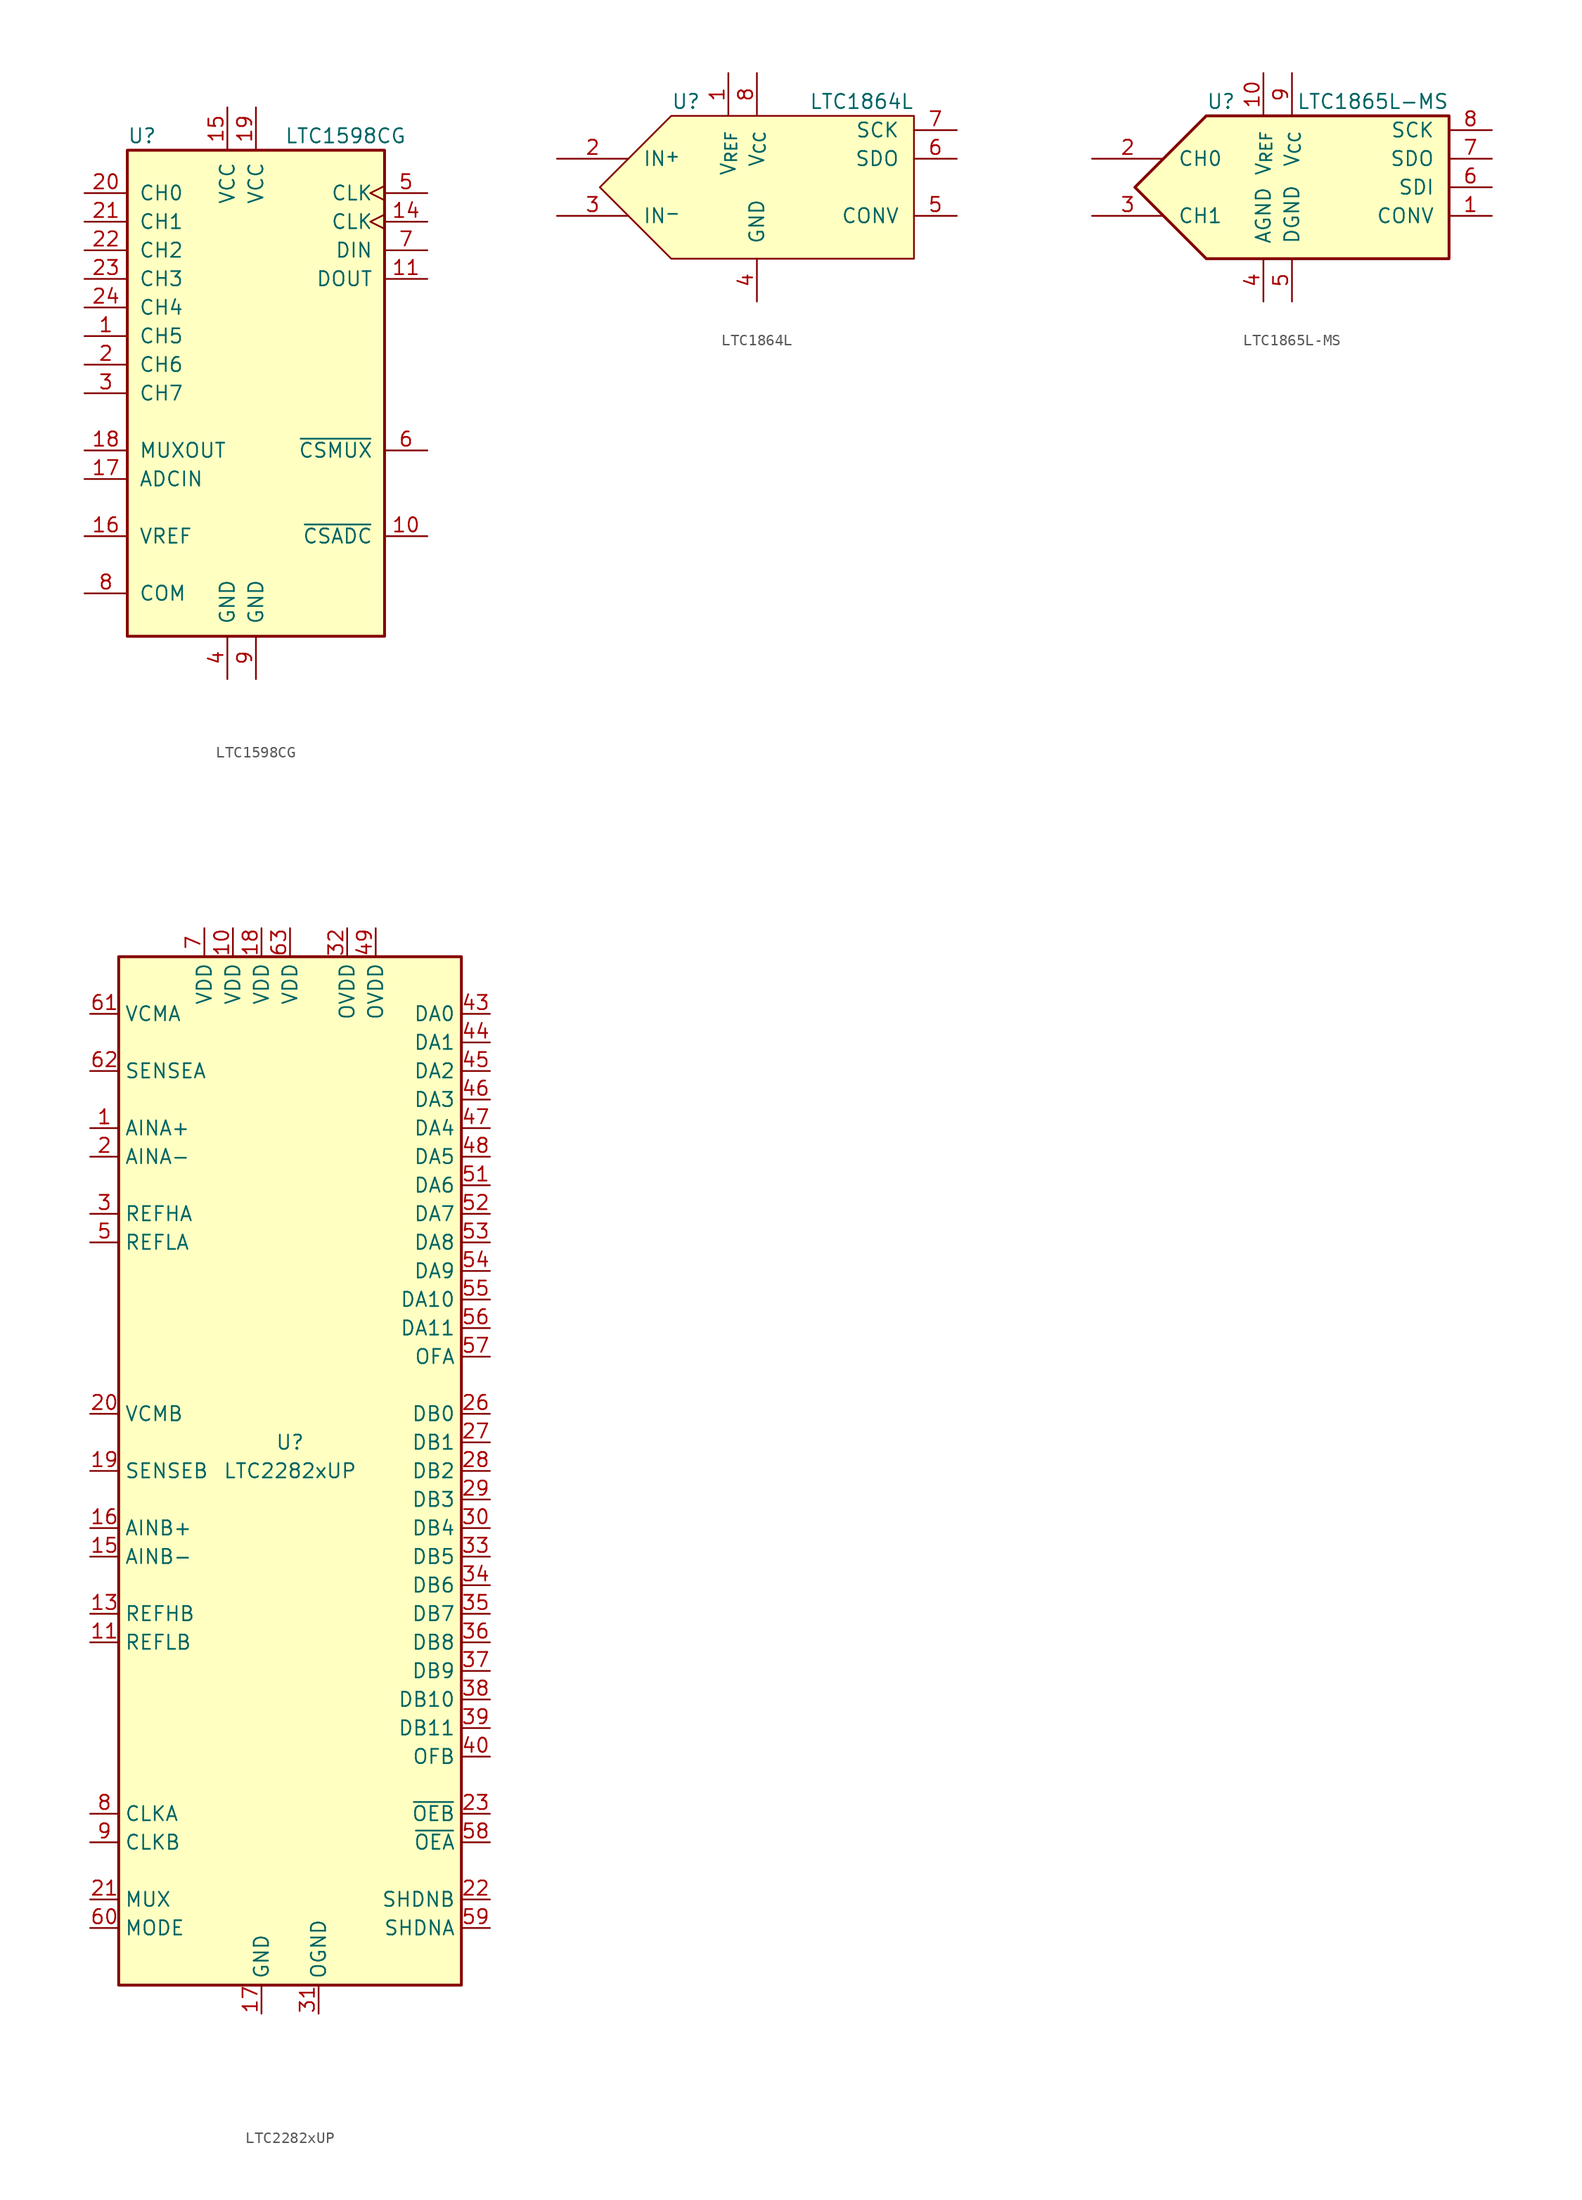
<source format=kicad_sym>
(kicad_symbol_lib
  (version 20220914)
  (generator kicad_symbol_editor)
  (symbol "LTC1598CG"
    (pin_names
      (offset 1.016))
    (property "Reference" "U"
      (at -11.43 22.86 0)
      (effects (font (size 1.27 1.27)) (justify left)))
    (property "Value" "LTC1598CG"
      (at 2.54 22.86 0)
      (effects (font (size 1.27 1.27)) (justify left)))
    (symbol "LTC1598CG_0_1"
      (rectangle (start -11.43 21.59) (end 11.43 -21.59) (stroke (width 0.254) (type default)) (fill (type background))))
    (symbol "LTC1598CG_1_1"
      (pin input line (at -15.24 5.08 0) (length 3.81) (name "CH5" (effects (font (size 1.27 1.27)))) (number "1" (effects (font (size 1.27 1.27)))))
      (pin input line (at 15.24 -12.7 180) (length 3.81) (name "~{CSADC}" (effects (font (size 1.27 1.27)))) (number "10" (effects (font (size 1.27 1.27)))))
      (pin output line (at 15.24 10.16 180) (length 3.81) (name "DOUT" (effects (font (size 1.27 1.27)))) (number "11" (effects (font (size 1.27 1.27)))))
      (pin no_connect line (at 2.54 -21.59 90) (length 3.81) hide (name "NC" (effects (font (size 1.27 1.27)))) (number "12" (effects (font (size 1.27 1.27)))))
      (pin no_connect line (at 5.08 -21.59 90) (length 3.81) hide (name "NC" (effects (font (size 1.27 1.27)))) (number "13" (effects (font (size 1.27 1.27)))))
      (pin input clock (at 15.24 15.24 180) (length 3.81) (name "CLK" (effects (font (size 1.27 1.27)))) (number "14" (effects (font (size 1.27 1.27)))))
      (pin power_in line (at -2.54 25.4 270) (length 3.81) (name "VCC" (effects (font (size 1.27 1.27)))) (number "15" (effects (font (size 1.27 1.27)))))
      (pin input line (at -15.24 -12.7 0) (length 3.81) (name "VREF" (effects (font (size 1.27 1.27)))) (number "16" (effects (font (size 1.27 1.27)))))
      (pin input line (at -15.24 -7.62 0) (length 3.81) (name "ADCIN" (effects (font (size 1.27 1.27)))) (number "17" (effects (font (size 1.27 1.27)))))
      (pin output line (at -15.24 -5.08 0) (length 3.81) (name "MUXOUT" (effects (font (size 1.27 1.27)))) (number "18" (effects (font (size 1.27 1.27)))))
      (pin power_in line (at 0 25.4 270) (length 3.81) (name "VCC" (effects (font (size 1.27 1.27)))) (number "19" (effects (font (size 1.27 1.27)))))
      (pin input line (at -15.24 2.54 0) (length 3.81) (name "CH6" (effects (font (size 1.27 1.27)))) (number "2" (effects (font (size 1.27 1.27)))))
      (pin input line (at -15.24 17.78 0) (length 3.81) (name "CH0" (effects (font (size 1.27 1.27)))) (number "20" (effects (font (size 1.27 1.27)))))
      (pin input line (at -15.24 15.24 0) (length 3.81) (name "CH1" (effects (font (size 1.27 1.27)))) (number "21" (effects (font (size 1.27 1.27)))))
      (pin input line (at -15.24 12.7 0) (length 3.81) (name "CH2" (effects (font (size 1.27 1.27)))) (number "22" (effects (font (size 1.27 1.27)))))
      (pin input line (at -15.24 10.16 0) (length 3.81) (name "CH3" (effects (font (size 1.27 1.27)))) (number "23" (effects (font (size 1.27 1.27)))))
      (pin input line (at -15.24 7.62 0) (length 3.81) (name "CH4" (effects (font (size 1.27 1.27)))) (number "24" (effects (font (size 1.27 1.27)))))
      (pin input line (at -15.24 0 0) (length 3.81) (name "CH7" (effects (font (size 1.27 1.27)))) (number "3" (effects (font (size 1.27 1.27)))))
      (pin power_in line (at -2.54 -25.4 90) (length 3.81) (name "GND" (effects (font (size 1.27 1.27)))) (number "4" (effects (font (size 1.27 1.27)))))
      (pin input clock (at 15.24 17.78 180) (length 3.81) (name "CLK" (effects (font (size 1.27 1.27)))) (number "5" (effects (font (size 1.27 1.27)))))
      (pin input line (at 15.24 -5.08 180) (length 3.81) (name "~{CSMUX}" (effects (font (size 1.27 1.27)))) (number "6" (effects (font (size 1.27 1.27)))))
      (pin input line (at 15.24 12.7 180) (length 3.81) (name "DIN" (effects (font (size 1.27 1.27)))) (number "7" (effects (font (size 1.27 1.27)))))
      (pin input line (at -15.24 -17.78 0) (length 3.81) (name "COM" (effects (font (size 1.27 1.27)))) (number "8" (effects (font (size 1.27 1.27)))))
      (pin power_in line (at 0 -25.4 90) (length 3.81) (name "GND" (effects (font (size 1.27 1.27)))) (number "9" (effects (font (size 1.27 1.27)))))))
  (symbol "LTC1864L"
    (pin_names
      (offset 1.27))
    (property "Reference" "U"
      (at -10.16 7.62 0)
      (effects (font (size 1.27 1.27)) (justify left)))
    (property "Value" "LTC1864L"
      (at 11.43 7.62 0)
      (effects (font (size 1.27 1.27)) (justify right)))
    (symbol "LTC1864L_0_1"
      (polyline (pts (xy 11.43 6.35) (xy -10.16 6.35) (xy -16.51 0) (xy -10.16 -6.35) (xy 11.43 -6.35) (xy 11.43 6.35)) (stroke (width 0) (type default)) (fill (type background))))
    (symbol "LTC1864L_1_1"
      (pin input line (at -5.08 10.16 270) (length 3.81) (name "V_{REF}" (effects (font (size 1.27 1.27)))) (number "1" (effects (font (size 1.27 1.27)))))
      (pin input line (at -20.32 2.54 0) (length 6.35) (name "IN^{+}" (effects (font (size 1.27 1.27)))) (number "2" (effects (font (size 1.27 1.27)))))
      (pin input line (at -20.32 -2.54 0) (length 6.35) (name "IN^{-}" (effects (font (size 1.27 1.27)))) (number "3" (effects (font (size 1.27 1.27)))))
      (pin power_in line (at -2.54 -10.16 90) (length 3.81) (name "GND" (effects (font (size 1.27 1.27)))) (number "4" (effects (font (size 1.27 1.27)))))
      (pin input line (at 15.24 -2.54 180) (length 3.81) (name "CONV" (effects (font (size 1.27 1.27)))) (number "5" (effects (font (size 1.27 1.27)))))
      (pin output line (at 15.24 2.54 180) (length 3.81) (name "SDO" (effects (font (size 1.27 1.27)))) (number "6" (effects (font (size 1.27 1.27)))))
      (pin input line (at 15.24 5.08 180) (length 3.81) (name "SCK" (effects (font (size 1.27 1.27)))) (number "7" (effects (font (size 1.27 1.27)))))
      (pin power_in line (at -2.54 10.16 270) (length 3.81) (name "V_{CC}" (effects (font (size 1.27 1.27)))) (number "8" (effects (font (size 1.27 1.27)))))))
  (symbol "LTC1865L-MS"
    (pin_names
      (offset 1.27))
    (property "Reference" "U"
      (at -10.16 7.62 0)
      (effects (font (size 1.27 1.27)) (justify left)))
    (property "Value" "LTC1865L-MS"
      (at 11.43 7.62 0)
      (effects (font (size 1.27 1.27)) (justify right)))
    (symbol "LTC1865L-MS_0_1"
      (polyline (pts (xy 11.43 6.35) (xy -10.16 6.35) (xy -16.51 0) (xy -10.16 -6.35) (xy 11.43 -6.35) (xy 11.43 6.35)) (stroke (width 0.254) (type default)) (fill (type background))))
    (symbol "LTC1865L-MS_1_1"
      (pin input line (at 15.24 -2.54 180) (length 3.81) (name "CONV" (effects (font (size 1.27 1.27)))) (number "1" (effects (font (size 1.27 1.27)))))
      (pin input line (at -5.08 10.16 270) (length 3.81) (name "V_{REF}" (effects (font (size 1.27 1.27)))) (number "10" (effects (font (size 1.27 1.27)))))
      (pin input line (at -20.32 2.54 0) (length 6.35) (name "CH0" (effects (font (size 1.27 1.27)))) (number "2" (effects (font (size 1.27 1.27)))))
      (pin input line (at -20.32 -2.54 0) (length 6.35) (name "CH1" (effects (font (size 1.27 1.27)))) (number "3" (effects (font (size 1.27 1.27)))))
      (pin power_in line (at -5.08 -10.16 90) (length 3.81) (name "AGND" (effects (font (size 1.27 1.27)))) (number "4" (effects (font (size 1.27 1.27)))))
      (pin power_in line (at -2.54 -10.16 90) (length 3.81) (name "DGND" (effects (font (size 1.27 1.27)))) (number "5" (effects (font (size 1.27 1.27)))))
      (pin input line (at 15.24 0 180) (length 3.81) (name "SDI" (effects (font (size 1.27 1.27)))) (number "6" (effects (font (size 1.27 1.27)))))
      (pin output line (at 15.24 2.54 180) (length 3.81) (name "SDO" (effects (font (size 1.27 1.27)))) (number "7" (effects (font (size 1.27 1.27)))))
      (pin input line (at 15.24 5.08 180) (length 3.81) (name "SCK" (effects (font (size 1.27 1.27)))) (number "8" (effects (font (size 1.27 1.27)))))
      (pin power_in line (at -2.54 10.16 270) (length 3.81) (name "V_{CC}" (effects (font (size 1.27 1.27)))) (number "9" (effects (font (size 1.27 1.27)))))))
  (symbol "LTC2282xUP"
    (property "Reference" "U"
      (at 0 2.54 0)
      (effects (font (size 1.27 1.27))))
    (property "Value" "LTC2282xUP"
      (at 0 0 0)
      (effects (font (size 1.27 1.27))))
    (symbol "LTC2282xUP_0_1"
      (rectangle (start -15.24 45.72) (end 15.24 -45.72) (stroke (width 0.254) (type default)) (fill (type background))))
    (symbol "LTC2282xUP_1_1"
      (pin input line (at -17.78 30.48 0) (length 2.54) (name "AINA+" (effects (font (size 1.27 1.27)))) (number "1" (effects (font (size 1.27 1.27)))))
      (pin power_in line (at -5.08 48.26 270) (length 2.54) (name "VDD" (effects (font (size 1.27 1.27)))) (number "10" (effects (font (size 1.27 1.27)))))
      (pin input line (at -17.78 -15.24 0) (length 2.54) (name "REFLB" (effects (font (size 1.27 1.27)))) (number "11" (effects (font (size 1.27 1.27)))))
      (pin input line (at -17.78 -15.24 0) (length 2.54) hide (name "REFLB" (effects (font (size 1.27 1.27)))) (number "12" (effects (font (size 1.27 1.27)))))
      (pin input line (at -17.78 -12.7 0) (length 2.54) (name "REFHB" (effects (font (size 1.27 1.27)))) (number "13" (effects (font (size 1.27 1.27)))))
      (pin input line (at -17.78 -12.7 0) (length 2.54) hide (name "REFHB" (effects (font (size 1.27 1.27)))) (number "14" (effects (font (size 1.27 1.27)))))
      (pin input line (at -17.78 -7.62 0) (length 2.54) (name "AINB-" (effects (font (size 1.27 1.27)))) (number "15" (effects (font (size 1.27 1.27)))))
      (pin input line (at -17.78 -5.08 0) (length 2.54) (name "AINB+" (effects (font (size 1.27 1.27)))) (number "16" (effects (font (size 1.27 1.27)))))
      (pin power_in line (at -2.54 -48.26 90) (length 2.54) (name "GND" (effects (font (size 1.27 1.27)))) (number "17" (effects (font (size 1.27 1.27)))))
      (pin power_in line (at -2.54 48.26 270) (length 2.54) (name "VDD" (effects (font (size 1.27 1.27)))) (number "18" (effects (font (size 1.27 1.27)))))
      (pin input line (at -17.78 0 0) (length 2.54) (name "SENSEB" (effects (font (size 1.27 1.27)))) (number "19" (effects (font (size 1.27 1.27)))))
      (pin input line (at -17.78 27.94 0) (length 2.54) (name "AINA-" (effects (font (size 1.27 1.27)))) (number "2" (effects (font (size 1.27 1.27)))))
      (pin passive line (at -17.78 5.08 0) (length 2.54) (name "VCMB" (effects (font (size 1.27 1.27)))) (number "20" (effects (font (size 1.27 1.27)))))
      (pin input line (at -17.78 -38.1 0) (length 2.54) (name "MUX" (effects (font (size 1.27 1.27)))) (number "21" (effects (font (size 1.27 1.27)))))
      (pin input line (at 17.78 -38.1 180) (length 2.54) (name "SHDNB" (effects (font (size 1.27 1.27)))) (number "22" (effects (font (size 1.27 1.27)))))
      (pin input line (at 17.78 -30.48 180) (length 2.54) (name "~{OEB}" (effects (font (size 1.27 1.27)))) (number "23" (effects (font (size 1.27 1.27)))))
      (pin no_connect line (at -15.24 -20.32 0) (length 2.54) hide (name "NC" (effects (font (size 1.27 1.27)))) (number "24" (effects (font (size 1.27 1.27)))))
      (pin no_connect line (at -15.24 -22.86 0) (length 2.54) hide (name "NC" (effects (font (size 1.27 1.27)))) (number "25" (effects (font (size 1.27 1.27)))))
      (pin output line (at 17.78 5.08 180) (length 2.54) (name "DB0" (effects (font (size 1.27 1.27)))) (number "26" (effects (font (size 1.27 1.27)))))
      (pin output line (at 17.78 2.54 180) (length 2.54) (name "DB1" (effects (font (size 1.27 1.27)))) (number "27" (effects (font (size 1.27 1.27)))))
      (pin output line (at 17.78 0 180) (length 2.54) (name "DB2" (effects (font (size 1.27 1.27)))) (number "28" (effects (font (size 1.27 1.27)))))
      (pin output line (at 17.78 -2.54 180) (length 2.54) (name "DB3" (effects (font (size 1.27 1.27)))) (number "29" (effects (font (size 1.27 1.27)))))
      (pin input line (at -17.78 22.86 0) (length 2.54) (name "REFHA" (effects (font (size 1.27 1.27)))) (number "3" (effects (font (size 1.27 1.27)))))
      (pin output line (at 17.78 -5.08 180) (length 2.54) (name "DB4" (effects (font (size 1.27 1.27)))) (number "30" (effects (font (size 1.27 1.27)))))
      (pin power_in line (at 2.54 -48.26 90) (length 2.54) (name "OGND" (effects (font (size 1.27 1.27)))) (number "31" (effects (font (size 1.27 1.27)))))
      (pin power_in line (at 5.08 48.26 270) (length 2.54) (name "OVDD" (effects (font (size 1.27 1.27)))) (number "32" (effects (font (size 1.27 1.27)))))
      (pin output line (at 17.78 -7.62 180) (length 2.54) (name "DB5" (effects (font (size 1.27 1.27)))) (number "33" (effects (font (size 1.27 1.27)))))
      (pin output line (at 17.78 -10.16 180) (length 2.54) (name "DB6" (effects (font (size 1.27 1.27)))) (number "34" (effects (font (size 1.27 1.27)))))
      (pin output line (at 17.78 -12.7 180) (length 2.54) (name "DB7" (effects (font (size 1.27 1.27)))) (number "35" (effects (font (size 1.27 1.27)))))
      (pin output line (at 17.78 -15.24 180) (length 2.54) (name "DB8" (effects (font (size 1.27 1.27)))) (number "36" (effects (font (size 1.27 1.27)))))
      (pin output line (at 17.78 -17.78 180) (length 2.54) (name "DB9" (effects (font (size 1.27 1.27)))) (number "37" (effects (font (size 1.27 1.27)))))
      (pin output line (at 17.78 -20.32 180) (length 2.54) (name "DB10" (effects (font (size 1.27 1.27)))) (number "38" (effects (font (size 1.27 1.27)))))
      (pin output line (at 17.78 -22.86 180) (length 2.54) (name "DB11" (effects (font (size 1.27 1.27)))) (number "39" (effects (font (size 1.27 1.27)))))
      (pin input line (at -17.78 22.86 0) (length 2.54) hide (name "REFHA" (effects (font (size 1.27 1.27)))) (number "4" (effects (font (size 1.27 1.27)))))
      (pin output line (at 17.78 -25.4 180) (length 2.54) (name "OFB" (effects (font (size 1.27 1.27)))) (number "40" (effects (font (size 1.27 1.27)))))
      (pin no_connect line (at -15.24 -25.4 0) (length 2.54) hide (name "NC" (effects (font (size 1.27 1.27)))) (number "41" (effects (font (size 1.27 1.27)))))
      (pin no_connect line (at -15.24 -27.94 0) (length 2.54) hide (name "NC" (effects (font (size 1.27 1.27)))) (number "42" (effects (font (size 1.27 1.27)))))
      (pin output line (at 17.78 40.64 180) (length 2.54) (name "DA0" (effects (font (size 1.27 1.27)))) (number "43" (effects (font (size 1.27 1.27)))))
      (pin output line (at 17.78 38.1 180) (length 2.54) (name "DA1" (effects (font (size 1.27 1.27)))) (number "44" (effects (font (size 1.27 1.27)))))
      (pin output line (at 17.78 35.56 180) (length 2.54) (name "DA2" (effects (font (size 1.27 1.27)))) (number "45" (effects (font (size 1.27 1.27)))))
      (pin output line (at 17.78 33.02 180) (length 2.54) (name "DA3" (effects (font (size 1.27 1.27)))) (number "46" (effects (font (size 1.27 1.27)))))
      (pin output line (at 17.78 30.48 180) (length 2.54) (name "DA4" (effects (font (size 1.27 1.27)))) (number "47" (effects (font (size 1.27 1.27)))))
      (pin output line (at 17.78 27.94 180) (length 2.54) (name "DA5" (effects (font (size 1.27 1.27)))) (number "48" (effects (font (size 1.27 1.27)))))
      (pin power_in line (at 7.62 48.26 270) (length 2.54) (name "OVDD" (effects (font (size 1.27 1.27)))) (number "49" (effects (font (size 1.27 1.27)))))
      (pin input line (at -17.78 20.32 0) (length 2.54) (name "REFLA" (effects (font (size 1.27 1.27)))) (number "5" (effects (font (size 1.27 1.27)))))
      (pin passive line (at 2.54 -48.26 90) (length 2.54) hide (name "OGND" (effects (font (size 1.27 1.27)))) (number "50" (effects (font (size 1.27 1.27)))))
      (pin output line (at 17.78 25.4 180) (length 2.54) (name "DA6" (effects (font (size 1.27 1.27)))) (number "51" (effects (font (size 1.27 1.27)))))
      (pin output line (at 17.78 22.86 180) (length 2.54) (name "DA7" (effects (font (size 1.27 1.27)))) (number "52" (effects (font (size 1.27 1.27)))))
      (pin output line (at 17.78 20.32 180) (length 2.54) (name "DA8" (effects (font (size 1.27 1.27)))) (number "53" (effects (font (size 1.27 1.27)))))
      (pin output line (at 17.78 17.78 180) (length 2.54) (name "DA9" (effects (font (size 1.27 1.27)))) (number "54" (effects (font (size 1.27 1.27)))))
      (pin output line (at 17.78 15.24 180) (length 2.54) (name "DA10" (effects (font (size 1.27 1.27)))) (number "55" (effects (font (size 1.27 1.27)))))
      (pin output line (at 17.78 12.7 180) (length 2.54) (name "DA11" (effects (font (size 1.27 1.27)))) (number "56" (effects (font (size 1.27 1.27)))))
      (pin output line (at 17.78 10.16 180) (length 2.54) (name "OFA" (effects (font (size 1.27 1.27)))) (number "57" (effects (font (size 1.27 1.27)))))
      (pin input line (at 17.78 -33.02 180) (length 2.54) (name "~{OEA}" (effects (font (size 1.27 1.27)))) (number "58" (effects (font (size 1.27 1.27)))))
      (pin input line (at 17.78 -40.64 180) (length 2.54) (name "SHDNA" (effects (font (size 1.27 1.27)))) (number "59" (effects (font (size 1.27 1.27)))))
      (pin input line (at -17.78 20.32 0) (length 2.54) hide (name "REFLA" (effects (font (size 1.27 1.27)))) (number "6" (effects (font (size 1.27 1.27)))))
      (pin input line (at -17.78 -40.64 0) (length 2.54) (name "MODE" (effects (font (size 1.27 1.27)))) (number "60" (effects (font (size 1.27 1.27)))))
      (pin passive line (at -17.78 40.64 0) (length 2.54) (name "VCMA" (effects (font (size 1.27 1.27)))) (number "61" (effects (font (size 1.27 1.27)))))
      (pin input line (at -17.78 35.56 0) (length 2.54) (name "SENSEA" (effects (font (size 1.27 1.27)))) (number "62" (effects (font (size 1.27 1.27)))))
      (pin power_in line (at 0 48.26 270) (length 2.54) (name "VDD" (effects (font (size 1.27 1.27)))) (number "63" (effects (font (size 1.27 1.27)))))
      (pin passive line (at -2.54 -48.26 90) (length 2.54) hide (name "GND" (effects (font (size 1.27 1.27)))) (number "64" (effects (font (size 1.27 1.27)))))
      (pin passive line (at -2.54 -48.26 90) (length 2.54) hide (name "GND" (effects (font (size 1.27 1.27)))) (number "65" (effects (font (size 1.27 1.27)))))
      (pin power_in line (at -7.62 48.26 270) (length 2.54) (name "VDD" (effects (font (size 1.27 1.27)))) (number "7" (effects (font (size 1.27 1.27)))))
      (pin input line (at -17.78 -30.48 0) (length 2.54) (name "CLKA" (effects (font (size 1.27 1.27)))) (number "8" (effects (font (size 1.27 1.27)))))
      (pin input line (at -17.78 -33.02 0) (length 2.54) (name "CLKB" (effects (font (size 1.27 1.27)))) (number "9" (effects (font (size 1.27 1.27))))))))
</source>
